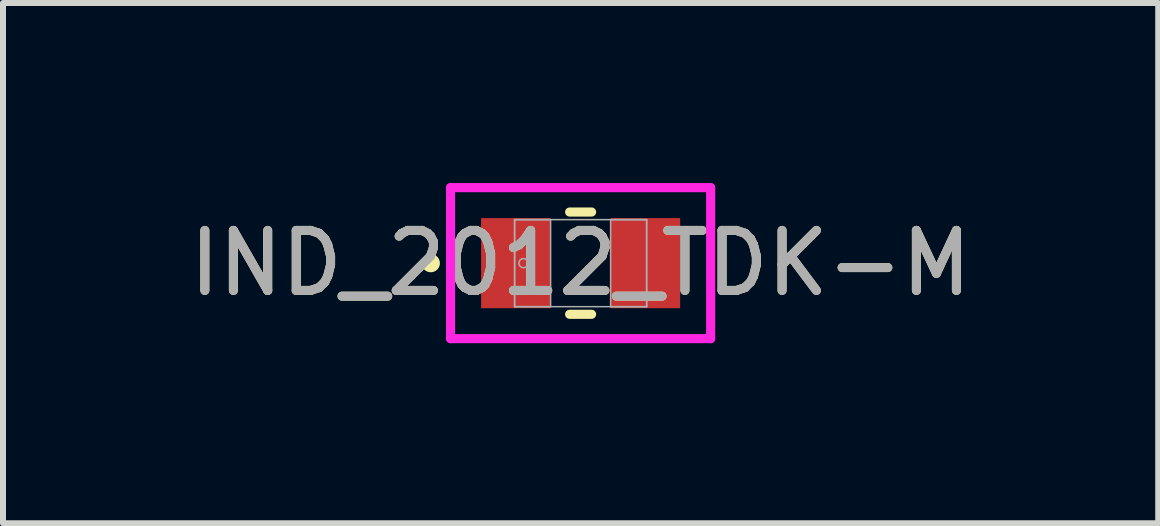
<source format=kicad_pcb>
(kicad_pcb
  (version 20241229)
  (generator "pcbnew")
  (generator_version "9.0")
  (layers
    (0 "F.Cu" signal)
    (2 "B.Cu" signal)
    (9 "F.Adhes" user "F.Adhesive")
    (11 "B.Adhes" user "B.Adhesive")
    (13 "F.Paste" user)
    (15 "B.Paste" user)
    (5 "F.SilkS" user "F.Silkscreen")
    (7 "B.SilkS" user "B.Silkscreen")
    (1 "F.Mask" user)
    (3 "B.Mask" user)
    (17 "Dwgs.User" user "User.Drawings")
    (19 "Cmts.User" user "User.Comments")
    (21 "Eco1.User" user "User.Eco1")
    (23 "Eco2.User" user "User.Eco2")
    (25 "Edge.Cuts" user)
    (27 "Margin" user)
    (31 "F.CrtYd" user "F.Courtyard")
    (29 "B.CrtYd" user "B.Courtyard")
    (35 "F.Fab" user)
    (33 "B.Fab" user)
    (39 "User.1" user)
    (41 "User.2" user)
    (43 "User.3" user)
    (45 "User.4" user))
  (footprint "IND_2012_TDK-M"
    (layer "F.Cu")
    (at 6.625 1.335)
    (property "Reference" "IND_2012_TDK-M" (at 0 0 0) (unlocked yes) (layer "F.SilkS") (effects (font (size 1 1) (thickness 0.15))))
    (attr smd)
    (fp_line (start -0.183 0.852) (end 0.183 0.852) (stroke (width 0.152) (type solid)) (layer "F.SilkS"))
    (fp_line (start 0.183 -0.852) (end -0.183 -0.852) (stroke (width 0.152) (type solid)) (layer "F.SilkS"))
    (fp_circle (center -2.497 0) (end -2.421 0) (stroke (width 0.152) (type solid)) (fill no) (layer "F.SilkS"))
    (fp_line (start -2.167 -1.258) (end 2.167 -1.258) (stroke (width 0.152) (type solid)) (layer "F.CrtYd"))
    (fp_line (start -2.167 1.258) (end -2.167 -1.258) (stroke (width 0.152) (type solid)) (layer "F.CrtYd"))
    (fp_line (start 2.167 -1.258) (end 2.167 1.258) (stroke (width 0.152) (type solid)) (layer "F.CrtYd"))
    (fp_line (start 2.167 1.258) (end -2.167 1.258) (stroke (width 0.152) (type solid)) (layer "F.CrtYd"))
    (fp_line (start -1.1 -0.725) (end -1.1 0.725) (stroke (width 0.025) (type solid)) (layer "F.Fab"))
    (fp_line (start -1.1 -0.725) (end -1.1 0.725) (stroke (width 0.025) (type solid)) (layer "F.Fab"))
    (fp_line (start -1.1 0.725) (end -0.5 0.725) (stroke (width 0.025) (type solid)) (layer "F.Fab"))
    (fp_line (start -1.1 0.725) (end 1.1 0.725) (stroke (width 0.025) (type solid)) (layer "F.Fab"))
    (fp_line (start -0.5 -0.725) (end -1.1 -0.725) (stroke (width 0.025) (type solid)) (layer "F.Fab"))
    (fp_line (start -0.5 0.725) (end -0.5 -0.725) (stroke (width 0.025) (type solid)) (layer "F.Fab"))
    (fp_line (start 0.5 -0.725) (end 0.5 0.725) (stroke (width 0.025) (type solid)) (layer "F.Fab"))
    (fp_line (start 0.5 0.725) (end 1.1 0.725) (stroke (width 0.025) (type solid)) (layer "F.Fab"))
    (fp_line (start 1.1 -0.725) (end -1.1 -0.725) (stroke (width 0.025) (type solid)) (layer "F.Fab"))
    (fp_line (start 1.1 -0.725) (end 0.5 -0.725) (stroke (width 0.025) (type solid)) (layer "F.Fab"))
    (fp_line (start 1.1 0.725) (end 1.1 -0.725) (stroke (width 0.025) (type solid)) (layer "F.Fab"))
    (fp_line (start 1.1 0.725) (end 1.1 -0.725) (stroke (width 0.025) (type solid)) (layer "F.Fab"))
    (fp_circle (center -0.952 0) (end -0.876 0) (stroke (width 0.025) (type solid)) (fill no) (layer "F.Fab"))
    (fp_text user "${REFERENCE}" (at 0 0 0) (unlocked yes) (layer "F.Fab") (effects (font (size 1 1) (thickness 0.15))))
    (pad "1" smd rect (at -1.079 0) (size 1.159 1.501) (layers "F.Cu" "F.Mask" "F.Paste"))
    (pad "2" smd rect (at 1.079 0) (size 1.159 1.501) (layers "F.Cu" "F.Mask" "F.Paste"))
    (zone (net_name "") (layer "F.Cu") (hatch full 0.508) (connect_pads) (min_thickness 0.254) (filled_areas_thickness no) (keepout (tracks not_allowed) (vias not_allowed) (pads allowed) (copperpour not_allowed) (footprints allowed)) (placement (enabled no)) (fill) (polygon (pts (xy 6.176 0.66) (xy 7.074 0.66) (xy 7.074 2.009) (xy 6.176 2.009)))))
  (gr_rect
    (start -3 -3)
    (end 16.25 5.669)
    (stroke (width 0.1) (type default))
    (fill no)
    (layer "Edge.Cuts")))
</source>
